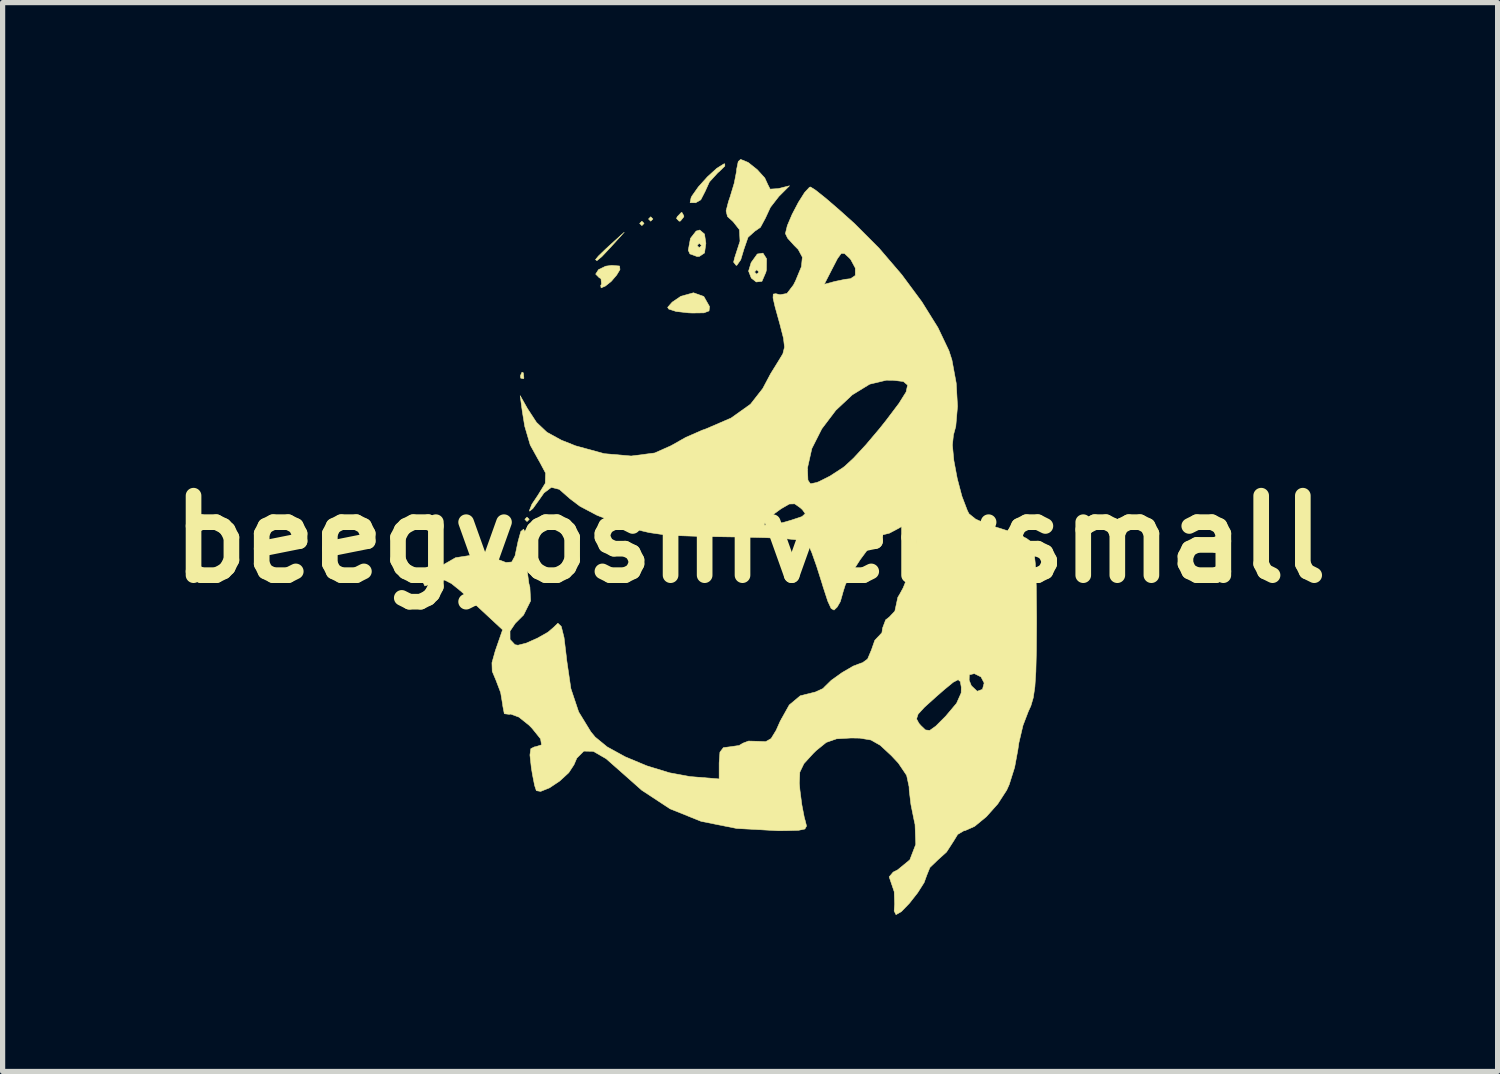
<source format=kicad_pcb>
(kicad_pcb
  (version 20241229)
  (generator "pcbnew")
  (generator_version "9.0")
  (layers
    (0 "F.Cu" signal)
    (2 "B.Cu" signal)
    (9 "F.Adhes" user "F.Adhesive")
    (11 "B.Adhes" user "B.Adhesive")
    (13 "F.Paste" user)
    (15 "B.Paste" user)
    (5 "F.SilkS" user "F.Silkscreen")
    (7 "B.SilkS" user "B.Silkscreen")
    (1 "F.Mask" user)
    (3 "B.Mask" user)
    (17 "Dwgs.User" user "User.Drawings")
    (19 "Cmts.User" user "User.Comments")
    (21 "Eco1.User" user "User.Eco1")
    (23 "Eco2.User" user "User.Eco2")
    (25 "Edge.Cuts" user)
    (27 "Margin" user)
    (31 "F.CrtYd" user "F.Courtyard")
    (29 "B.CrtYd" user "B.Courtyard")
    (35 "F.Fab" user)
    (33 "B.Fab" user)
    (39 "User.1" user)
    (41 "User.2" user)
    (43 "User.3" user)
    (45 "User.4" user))
  (footprint "beegyoshiverysmall"
    (layer "F.Cu")
    (at 11.328 7.286)
    (property "Reference" "beegyoshiverysmall" (at 0 0 0) (layer "F.SilkS") (effects (font (size 1.524 1.524) (thickness 0.3))))
    (attr through_hole)
    (fp_poly (pts (xy -4.233 -0.381) (xy -4.276 -0.339) (xy -4.318 -0.381) (xy -4.276 -0.423) (xy -4.233 -0.381)) (stroke (width 0.01) (type solid)) (fill yes) (layer "F.SilkS"))
    (fp_poly (pts (xy -2.032 -6.054) (xy -2.074 -6.011) (xy -2.117 -6.054) (xy -2.074 -6.096) (xy -2.032 -6.054)) (stroke (width 0.01) (type solid)) (fill yes) (layer "F.SilkS"))
    (fp_poly (pts (xy -1.863 -6.138) (xy -1.905 -6.096) (xy -1.947 -6.138) (xy -1.905 -6.181) (xy -1.863 -6.138)) (stroke (width 0.01) (type solid)) (fill yes) (layer "F.SilkS"))
    (fp_poly (pts (xy 4.657 -0.381) (xy 4.614 -0.339) (xy 4.572 -0.381) (xy 4.614 -0.423) (xy 4.657 -0.381)) (stroke (width 0.01) (type solid)) (fill yes) (layer "F.SilkS"))
    (fp_poly (pts (xy -4.346 -3.189) (xy -4.336 -3.089) (xy -4.346 -3.076) (xy -4.397 -3.088) (xy -4.403 -3.133) (xy -4.372 -3.202) (xy -4.346 -3.189)) (stroke (width 0.01) (type solid)) (fill yes) (layer "F.SilkS"))
    (fp_poly (pts (xy -3.5 -0.141) (xy -3.489 -0.041) (xy -3.5 -0.028) (xy -3.55 -0.04) (xy -3.556 -0.085) (xy -3.525 -0.154) (xy -3.5 -0.141)) (stroke (width 0.01) (type solid)) (fill yes) (layer "F.SilkS"))
    (fp_poly (pts (xy -1.271 -6.2) (xy -1.27 -6.181) (xy -1.335 -6.099) (xy -1.36 -6.096) (xy -1.41 -6.148) (xy -1.397 -6.181) (xy -1.321 -6.261) (xy -1.307 -6.265) (xy -1.271 -6.2)) (stroke (width 0.01) (type solid)) (fill yes) (layer "F.SilkS"))
    (fp_poly (pts (xy -2.662 -5.609) (xy -2.842 -5.417) (xy -2.936 -5.339) (xy -2.963 -5.36) (xy -2.963 -5.36) (xy -2.907 -5.428) (xy -2.764 -5.566) (xy -2.688 -5.636) (xy -2.413 -5.884) (xy -2.662 -5.609)) (stroke (width 0.01) (type solid)) (fill yes) (layer "F.SilkS"))
    (fp_poly (pts (xy -0.887 -4.653) (xy -0.778 -4.461) (xy -0.777 -4.457) (xy -0.787 -4.376) (xy -0.885 -4.339) (xy -1.106 -4.336) (xy -1.179 -4.339) (xy -1.418 -4.366) (xy -1.56 -4.412) (xy -1.58 -4.445) (xy -1.493 -4.544) (xy -1.327 -4.657) (xy -1.085 -4.724) (xy -0.887 -4.653)) (stroke (width 0.01) (type solid)) (fill yes) (layer "F.SilkS"))
    (fp_poly (pts (xy -2.502 -5.237) (xy -2.494 -5.169) (xy -2.558 -5.063) (xy -2.662 -4.942) (xy -2.775 -4.852) (xy -2.856 -4.818) (xy -2.863 -4.865) (xy -2.848 -4.892) (xy -2.858 -4.994) (xy -2.893 -5.014) (xy -2.96 -5.082) (xy -2.905 -5.168) (xy -2.767 -5.234) (xy -2.652 -5.249) (xy -2.502 -5.237)) (stroke (width 0.01) (type solid)) (fill yes) (layer "F.SilkS"))
    (fp_poly (pts (xy -0.484 -7.153) (xy -0.593 -7.046) (xy -0.618 -7.026) (xy -0.78 -6.848) (xy -0.862 -6.667) (xy -0.945 -6.506) (xy -1.044 -6.449) (xy -1.15 -6.451) (xy -1.131 -6.546) (xy -1.115 -6.578) (xy -0.991 -6.754) (xy -0.817 -6.947) (xy -0.639 -7.109) (xy -0.505 -7.193) (xy -0.485 -7.197) (xy -0.484 -7.153)) (stroke (width 0.01) (type solid)) (fill yes) (layer "F.SilkS"))
    (fp_poly (pts (xy -0.874 -5.85) (xy -0.847 -5.673) (xy -0.873 -5.487) (xy -0.972 -5.421) (xy -1.016 -5.419) (xy -1.153 -5.469) (xy -1.185 -5.539) (xy -1.168 -5.63) (xy -1.016 -5.63) (xy -0.974 -5.588) (xy -0.931 -5.63) (xy -0.974 -5.673) (xy -1.016 -5.63) (xy -1.168 -5.63) (xy -1.143 -5.767) (xy -1.034 -5.907) (xy -0.965 -5.927) (xy -0.874 -5.85)) (stroke (width 0.01) (type solid)) (fill yes) (layer "F.SilkS"))
    (fp_poly (pts (xy 0.316 -5.376) (xy 0.313 -5.162) (xy 0.303 -5.118) (xy 0.227 -4.943) (xy 0.118 -4.931) (xy 0.023 -5.006) (xy -0.022 -5.122) (xy 0.085 -5.122) (xy 0.127 -5.08) (xy 0.169 -5.122) (xy 0.127 -5.165) (xy 0.085 -5.122) (xy -0.022 -5.122) (xy -0.029 -5.139) (xy 0.02 -5.302) (xy 0.138 -5.467) (xy 0.247 -5.484) (xy 0.316 -5.376)) (stroke (width 0.01) (type solid)) (fill yes) (layer "F.SilkS"))
    (fp_poly (pts (xy -0.038 -7.223) (xy 0.136 -7.085) (xy 0.282 -6.924) (xy 0.339 -6.8) (xy 0.384 -6.711) (xy 0.542 -6.721) (xy 0.547 -6.723) (xy 0.756 -6.775) (xy 0.551 -6.57) (xy 0.39 -6.363) (xy 0.293 -6.154) (xy 0.198 -5.978) (xy 0.089 -5.903) (xy -0.039 -5.788) (xy -0.119 -5.557) (xy -0.179 -5.357) (xy -0.252 -5.253) (xy -0.267 -5.249) (xy -0.316 -5.311) (xy -0.295 -5.397) (xy -0.193 -5.713) (xy -0.204 -5.933) (xy -0.325 -6.087) (xy -0.433 -6.185) (xy -0.46 -6.293) (xy -0.414 -6.472) (xy -0.383 -6.562) (xy -0.304 -6.824) (xy -0.26 -7.05) (xy -0.258 -7.091) (xy -0.227 -7.24) (xy -0.181 -7.281) (xy -0.038 -7.223)) (stroke (width 0.01) (type solid)) (fill yes) (layer "F.SilkS"))
    (fp_poly (pts (xy 1.258 -6.689) (xy 1.452 -6.534) (xy 1.713 -6.309) (xy 2.006 -6.046) (xy 2.472 -5.579) (xy 2.908 -5.07) (xy 3.293 -4.55) (xy 3.602 -4.054) (xy 3.812 -3.613) (xy 3.869 -3.436) (xy 3.951 -2.992) (xy 3.976 -2.548) (xy 3.943 -2.164) (xy 3.898 -1.998) (xy 3.878 -1.805) (xy 3.906 -1.508) (xy 3.971 -1.163) (xy 4.06 -0.825) (xy 4.165 -0.549) (xy 4.197 -0.487) (xy 4.324 -0.385) (xy 4.565 -0.277) (xy 4.787 -0.209) (xy 5.073 -0.118) (xy 5.297 -0.017) (xy 5.393 0.055) (xy 5.437 0.192) (xy 5.468 0.473) (xy 5.486 0.907) (xy 5.492 1.501) (xy 5.492 1.598) (xy 5.488 2.139) (xy 5.478 2.54) (xy 5.459 2.83) (xy 5.428 3.039) (xy 5.382 3.195) (xy 5.333 3.302) (xy 5.231 3.569) (xy 5.153 3.9) (xy 5.133 4.037) (xy 5.071 4.373) (xy 4.967 4.703) (xy 4.919 4.81) (xy 4.747 5.075) (xy 4.528 5.32) (xy 4.304 5.504) (xy 4.118 5.587) (xy 4.098 5.588) (xy 3.979 5.659) (xy 3.896 5.795) (xy 3.766 5.996) (xy 3.602 6.144) (xy 3.447 6.293) (xy 3.387 6.441) (xy 3.336 6.582) (xy 3.211 6.779) (xy 3.052 6.981) (xy 2.9 7.138) (xy 2.797 7.197) (xy 2.762 7.126) (xy 2.771 6.994) (xy 2.763 6.757) (xy 2.714 6.613) (xy 2.666 6.472) (xy 2.743 6.381) (xy 2.827 6.339) (xy 3.062 6.146) (xy 3.176 5.849) (xy 3.162 5.468) (xy 3.143 5.382) (xy 3.083 5.085) (xy 3.05 4.809) (xy 3.048 4.746) (xy 3.001 4.527) (xy 2.842 4.291) (xy 2.709 4.149) (xy 2.495 3.95) (xy 2.317 3.849) (xy 2.105 3.813) (xy 1.939 3.81) (xy 1.657 3.826) (xy 1.46 3.895) (xy 1.266 4.052) (xy 1.211 4.106) (xy 1.032 4.302) (xy 0.953 4.466) (xy 0.944 4.677) (xy 0.955 4.805) (xy 0.992 5.09) (xy 1.039 5.333) (xy 1.057 5.397) (xy 1.082 5.498) (xy 1.05 5.555) (xy 0.929 5.58) (xy 0.685 5.587) (xy 0.539 5.588) (xy -0.258 5.544) (xy -0.938 5.408) (xy -1.534 5.168) (xy -2.077 4.811) (xy -2.437 4.492) (xy -2.759 4.208) (xy -3.004 4.066) (xy -3.187 4.062) (xy -3.321 4.196) (xy -3.375 4.322) (xy -3.476 4.476) (xy -3.649 4.635) (xy -3.845 4.766) (xy -4.014 4.834) (xy -4.097 4.82) (xy -4.13 4.722) (xy -4.171 4.514) (xy -4.193 4.381) (xy -4.22 4.136) (xy -4.203 4.015) (xy -4.132 3.98) (xy -4.116 3.979) (xy -3.997 3.942) (xy -4.016 3.827) (xy -4.175 3.629) (xy -4.236 3.566) (xy -4.431 3.41) (xy -4.588 3.352) (xy -4.617 3.357) (xy -4.711 3.345) (xy -4.741 3.192) (xy -4.741 3.18) (xy -4.781 2.94) (xy -4.869 2.708) (xy -4.943 2.531) (xy -4.948 2.368) (xy -4.884 2.139) (xy -4.87 2.099) (xy -4.744 1.736) (xy -5.268 1.249) (xy -5.476 1.058) (xy -5.165 1.058) (xy -5.122 1.101) (xy -5.08 1.058) (xy -5.122 1.016) (xy -5.165 1.058) (xy -5.476 1.058) (xy -5.54 0.999) (xy -5.724 0.85) (xy -5.853 0.784) (xy -5.962 0.787) (xy -6.084 0.84) (xy -6.102 0.85) (xy -6.235 0.896) (xy -6.259 0.846) (xy -6.179 0.724) (xy -6.017 0.568) (xy -5.645 0.354) (xy -5.24 0.292) (xy -4.875 0.373) (xy -4.68 0.446) (xy -4.569 0.437) (xy -4.506 0.32) (xy -4.452 0.064) (xy -4.449 0.048) (xy -4.395 -0.148) (xy -4.341 -0.193) (xy -4.297 -0.101) (xy -4.274 0.11) (xy -4.276 0.324) (xy -4.272 0.609) (xy -4.239 0.854) (xy -4.221 0.916) (xy -4.207 1.182) (xy -4.342 1.453) (xy -4.501 1.612) (xy -4.602 1.762) (xy -4.601 1.921) (xy -4.507 2.022) (xy -4.449 2.032) (xy -4.291 1.992) (xy -4.075 1.896) (xy -3.874 1.782) (xy -3.764 1.688) (xy -3.684 1.61) (xy -3.619 1.673) (xy -3.566 1.886) (xy -3.521 2.259) (xy -3.517 2.304) (xy -3.435 2.864) (xy -3.286 3.31) (xy -3.053 3.691) (xy -2.97 3.792) (xy -2.739 3.981) (xy -2.391 4.172) (xy -1.976 4.345) (xy -1.545 4.477) (xy -1.149 4.55) (xy -1.122 4.552) (xy -0.593 4.595) (xy -0.593 4.287) (xy -0.578 4.082) (xy -0.512 3.995) (xy -0.386 3.979) (xy -0.211 3.954) (xy -0.136 3.909) (xy -0.03 3.869) (xy 0.152 3.874) (xy 0.3 3.88) (xy 0.403 3.821) (xy 0.5 3.662) (xy 0.577 3.489) (xy 0.602 3.444) (xy 3.191 3.444) (xy 3.235 3.527) (xy 3.272 3.57) (xy 3.362 3.656) (xy 3.444 3.665) (xy 3.559 3.583) (xy 3.748 3.394) (xy 3.958 3.145) (xy 4.046 2.947) (xy 4.049 2.838) (xy 4.03 2.729) (xy 3.999 2.702) (xy 4.199 2.702) (xy 4.241 2.808) (xy 4.353 2.914) (xy 4.454 2.878) (xy 4.487 2.756) (xy 4.426 2.639) (xy 4.299 2.576) (xy 4.202 2.599) (xy 4.199 2.702) (xy 3.999 2.702) (xy 3.988 2.693) (xy 3.895 2.741) (xy 3.721 2.884) (xy 3.573 3.013) (xy 3.342 3.221) (xy 3.221 3.353) (xy 3.191 3.444) (xy 0.602 3.444) (xy 0.751 3.177) (xy 0.962 3.001) (xy 1.251 2.929) (xy 1.252 2.929) (xy 1.398 2.862) (xy 1.422 2.836) (xy 1.556 2.705) (xy 1.763 2.557) (xy 1.977 2.432) (xy 2.135 2.372) (xy 2.149 2.371) (xy 2.252 2.297) (xy 2.328 2.118) (xy 2.328 2.117) (xy 2.39 1.939) (xy 2.461 1.863) (xy 2.462 1.863) (xy 2.527 1.792) (xy 2.54 1.702) (xy 2.599 1.545) (xy 2.667 1.493) (xy 2.775 1.378) (xy 2.794 1.29) (xy 2.832 1.114) (xy 2.868 1.054) (xy 2.934 0.933) (xy 3.025 0.708) (xy 3.09 0.521) (xy 3.173 0.219) (xy 3.186 0.013) (xy 3.142 -0.14) (xy 3.061 -0.282) (xy 2.968 -0.285) (xy 2.86 -0.216) (xy 2.671 -0.116) (xy 2.542 -0.084) (xy 2.438 -0.016) (xy 2.284 0.157) (xy 2.11 0.392) (xy 1.948 0.644) (xy 1.827 0.869) (xy 1.778 1.024) (xy 1.778 1.028) (xy 1.73 1.196) (xy 1.669 1.301) (xy 1.609 1.358) (xy 1.554 1.328) (xy 1.489 1.187) (xy 1.399 0.911) (xy 1.375 0.831) (xy 1.275 0.516) (xy 1.183 0.256) (xy 1.117 0.103) (xy 1.111 0.093) (xy 1.044 0.047) (xy 0.899 0.012) (xy 0.655 -0.013) (xy 0.291 -0.03) (xy -0.215 -0.042) (xy -0.413 -0.045) (xy -0.955 -0.054) (xy -1.365 -0.068) (xy -1.678 -0.09) (xy -1.933 -0.127) (xy -2.164 -0.181) (xy -2.41 -0.257) (xy -2.452 -0.271) (xy 0.27 -0.271) (xy 0.393 -0.265) (xy 0.669 -0.33) (xy 0.792 -0.366) (xy 0.995 -0.434) (xy 1.057 -0.49) (xy 1.003 -0.566) (xy 0.962 -0.603) (xy 0.856 -0.678) (xy 0.752 -0.675) (xy 0.596 -0.585) (xy 0.474 -0.497) (xy 0.297 -0.348) (xy 0.27 -0.271) (xy -2.452 -0.271) (xy -2.538 -0.301) (xy -2.938 -0.461) (xy -3.263 -0.633) (xy -3.451 -0.775) (xy -3.657 -0.956) (xy -3.81 -0.994) (xy -3.951 -0.887) (xy -4.054 -0.741) (xy -4.164 -0.588) (xy -4.225 -0.538) (xy -4.23 -0.55) (xy -4.182 -0.671) (xy -4.066 -0.844) (xy -4.064 -0.847) (xy -3.926 -1.072) (xy -3.92 -1.268) (xy -3.956 -1.336) (xy 1.101 -1.336) (xy 1.109 -1.132) (xy 1.156 -1.062) (xy 1.276 -1.087) (xy 1.318 -1.103) (xy 1.531 -1.21) (xy 1.773 -1.367) (xy 1.812 -1.396) (xy 1.985 -1.556) (xy 2.22 -1.81) (xy 2.478 -2.115) (xy 2.607 -2.277) (xy 2.854 -2.604) (xy 2.991 -2.823) (xy 3.019 -2.955) (xy 2.938 -3.023) (xy 2.749 -3.046) (xy 2.612 -3.048) (xy 2.293 -2.972) (xy 1.96 -2.768) (xy 1.644 -2.472) (xy 1.375 -2.117) (xy 1.184 -1.739) (xy 1.102 -1.374) (xy 1.101 -1.336) (xy -3.956 -1.336) (xy -4.045 -1.503) (xy -4.051 -1.511) (xy -4.214 -1.806) (xy -4.32 -2.166) (xy -4.367 -2.455) (xy -4.407 -2.752) (xy -4.267 -2.504) (xy -4.094 -2.239) (xy -3.895 -2.051) (xy -3.618 -1.899) (xy -3.344 -1.79) (xy -2.795 -1.64) (xy -2.279 -1.595) (xy -1.829 -1.653) (xy -1.514 -1.793) (xy -1.235 -1.951) (xy -0.915 -2.091) (xy -0.841 -2.117) (xy -0.364 -2.323) (xy 0.008 -2.588) (xy 0.244 -2.89) (xy 0.251 -2.904) (xy 0.394 -3.173) (xy 0.542 -3.412) (xy 0.628 -3.554) (xy 0.66 -3.682) (xy 0.64 -3.854) (xy 0.57 -4.127) (xy 0.563 -4.152) (xy 0.479 -4.454) (xy 0.44 -4.625) (xy 0.444 -4.699) (xy 0.494 -4.706) (xy 0.575 -4.686) (xy 0.707 -4.711) (xy 0.833 -4.875) (xy 0.838 -4.887) (xy 1.422 -4.887) (xy 1.621 -4.94) (xy 1.821 -4.982) (xy 1.926 -4.994) (xy 2.017 -5.056) (xy 2.017 -5.198) (xy 1.928 -5.363) (xy 1.901 -5.392) (xy 1.811 -5.476) (xy 1.748 -5.479) (xy 1.675 -5.379) (xy 1.569 -5.174) (xy 1.422 -4.887) (xy 0.838 -4.887) (xy 0.871 -4.951) (xy 0.984 -5.224) (xy 1.002 -5.407) (xy 0.923 -5.554) (xy 0.847 -5.63) (xy 0.72 -5.77) (xy 0.677 -5.859) (xy 0.714 -6.012) (xy 0.806 -6.228) (xy 0.926 -6.457) (xy 1.046 -6.647) (xy 1.139 -6.747) (xy 1.159 -6.752) (xy 1.258 -6.689)) (stroke (width 0.01) (type solid)) (fill yes) (layer "F.SilkS")))
  (gr_rect
    (start -3 -3)
    (end 25.657 17.488)
    (stroke (width 0.1) (type default))
    (fill no)
    (layer "Edge.Cuts")))
</source>
